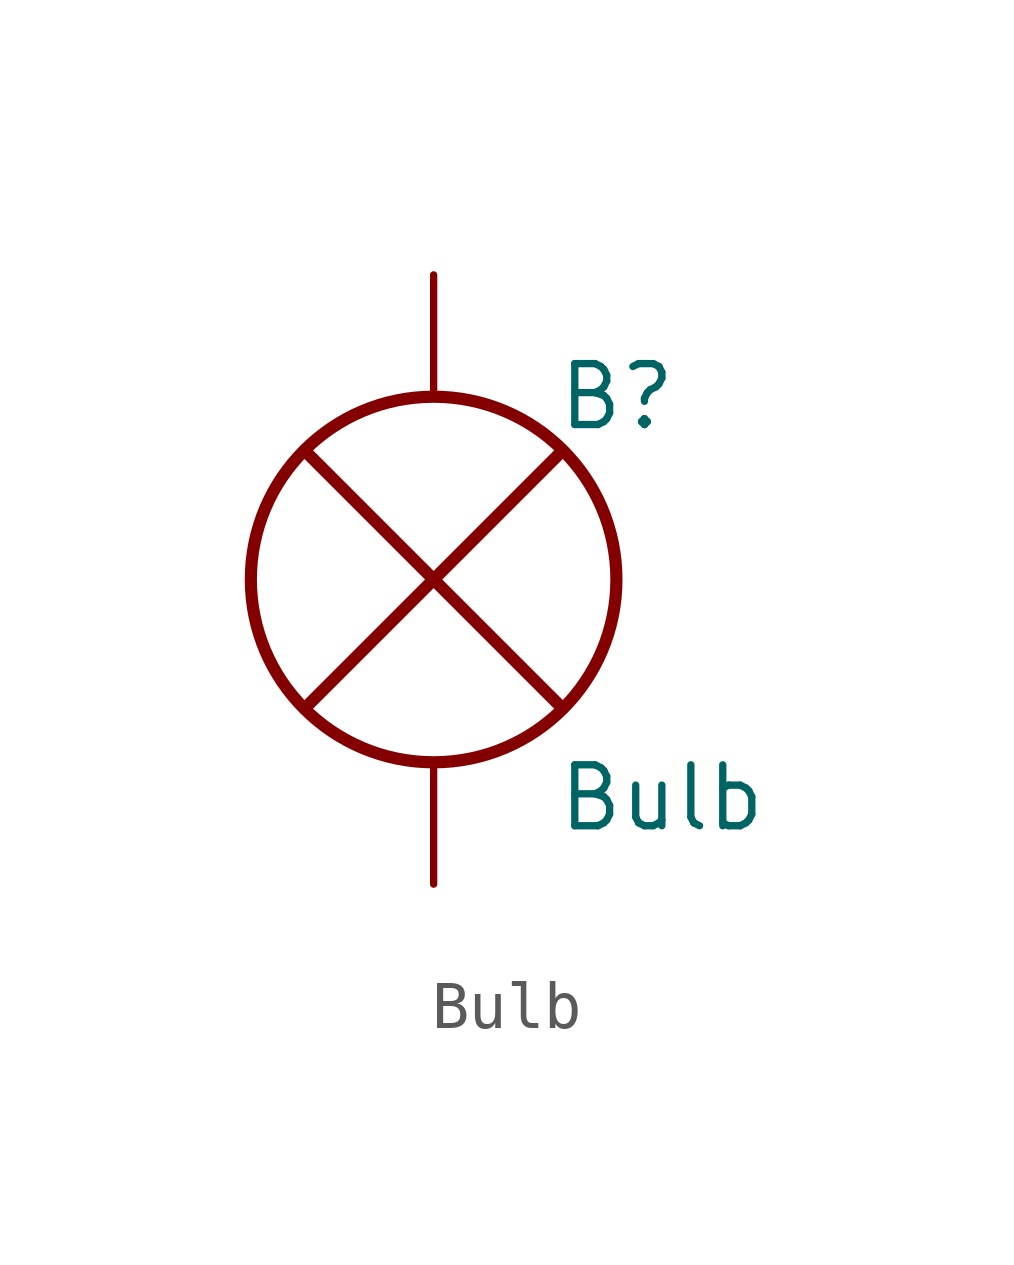
<source format=kicad_sym>
(kicad_symbol_lib
  (version 20220914)
  (generator kicad_symbol_editor)
  (symbol "Bulb"
    (pin_numbers hide)
    (pin_names
      (offset 0) hide)
    (property "Reference" "B"
      (at 2.54 3.81 0)
      (effects (font (size 1.27 1.27)) (justify left)))
    (property "Value" "Bulb"
      (at 2.54 -3.81 0)
      (effects (font (size 1.27 1.27)) (justify left top)))
    (symbol "Bulb_0_1"
      (circle (center 0 0) (radius 3.81) (stroke (width 0.254) (type default)) (fill (type none)))
      (polyline (pts (xy -2.6 -2.6) (xy 2.6 2.6)) (stroke (width 0.254) (type default)) (fill (type none)))
      (polyline (pts (xy 2.6 -2.6) (xy -2.6 2.6)) (stroke (width 0.254) (type default)) (fill (type none)))
      (pin passive line (at 0 6.35 270) (length 2.54) (name "p1" (effects (font (size 1.27 1.27)))) (number "1" (effects (font (size 1.27 1.27)))))
      (pin passive line (at 0 -6.35 90) (length 2.54) (name "p2" (effects (font (size 1.27 1.27)))) (number "2" (effects (font (size 1.27 1.27))))))))
</source>
